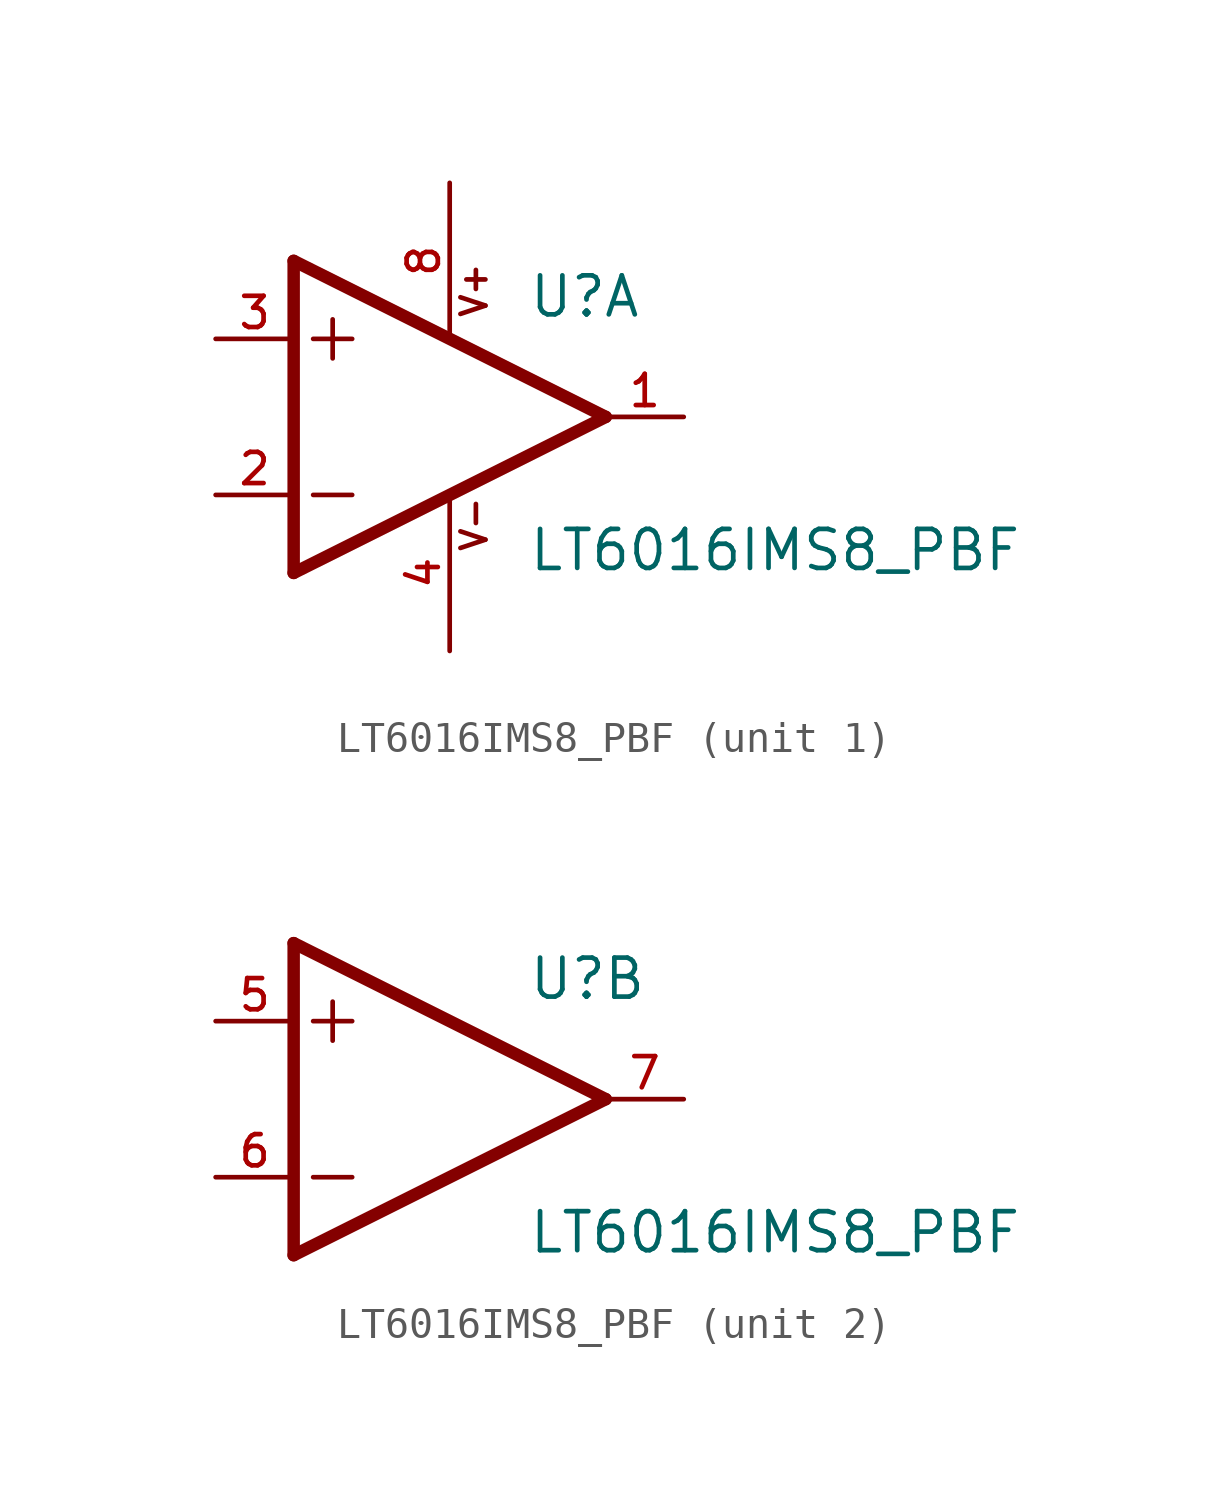
<source format=kicad_sym>
(kicad_symbol_lib
  (version 20220914)
  (generator kicad_symbol_editor)
  (symbol "LT6016IMS8_PBF"
    (pin_names
      (offset 1.016))
    (property "Reference" "U"
      (at 2.54 3.175 0)
      (effects (font (size 1.27 1.27)) (justify left bottom)))
    (property "Value" "LT6016IMS8_PBF"
      (at 2.54 -5.08 0)
      (effects (font (size 1.27 1.27)) (justify left bottom)))
    (symbol "LT6016IMS8_PBF_1_0"
      (polyline (pts (xy -5.08 -5.08) (xy 5.08 0)) (stroke (width 0.406) (type default)) (fill (type none)))
      (polyline (pts (xy -5.08 5.08) (xy -5.08 -5.08)) (stroke (width 0.406) (type default)) (fill (type none)))
      (polyline (pts (xy -4.445 -2.54) (xy -3.175 -2.54)) (stroke (width 0.152) (type default)) (fill (type none)))
      (polyline (pts (xy -4.445 2.54) (xy -3.175 2.54)) (stroke (width 0.152) (type default)) (fill (type none)))
      (polyline (pts (xy -3.81 3.175) (xy -3.81 1.905)) (stroke (width 0.152) (type default)) (fill (type none)))
      (polyline (pts (xy 5.08 0) (xy -5.08 5.08)) (stroke (width 0.406) (type default)) (fill (type none)))
      (text "V+" (at 1.27 3.175 900) (effects (font (size 0.813 0.813)) (justify left bottom)))
      (text "V-" (at 1.27 -4.445 900) (effects (font (size 0.813 0.813)) (justify left bottom)))
      (pin output line (at 7.62 0 180) (length 2.54) (name "~" (effects (font (size 1.016 1.016)))) (number "1" (effects (font (size 1.016 1.016)))))
      (pin input line (at -7.62 -2.54 0) (length 2.54) (name "~" (effects (font (size 1.016 1.016)))) (number "2" (effects (font (size 1.016 1.016)))))
      (pin input line (at -7.62 2.54 0) (length 2.54) (name "~" (effects (font (size 1.016 1.016)))) (number "3" (effects (font (size 1.016 1.016)))))
      (pin power_in line (at 0 -7.62 90) (length 5.08) (name "~" (effects (font (size 1.016 1.016)))) (number "4" (effects (font (size 1.016 1.016)))))
      (pin power_in line (at 0 7.62 270) (length 5.08) (name "~" (effects (font (size 1.016 1.016)))) (number "8" (effects (font (size 1.016 1.016))))))
    (symbol "LT6016IMS8_PBF_2_0"
      (polyline (pts (xy -5.08 -5.08) (xy 5.08 0)) (stroke (width 0.406) (type default)) (fill (type none)))
      (polyline (pts (xy -5.08 5.08) (xy -5.08 -5.08)) (stroke (width 0.406) (type default)) (fill (type none)))
      (polyline (pts (xy -4.445 -2.54) (xy -3.175 -2.54)) (stroke (width 0.152) (type default)) (fill (type none)))
      (polyline (pts (xy -4.445 2.54) (xy -3.175 2.54)) (stroke (width 0.152) (type default)) (fill (type none)))
      (polyline (pts (xy -3.81 3.175) (xy -3.81 1.905)) (stroke (width 0.152) (type default)) (fill (type none)))
      (polyline (pts (xy 5.08 0) (xy -5.08 5.08)) (stroke (width 0.406) (type default)) (fill (type none)))
      (pin input line (at -7.62 2.54 0) (length 2.54) (name "~" (effects (font (size 1.016 1.016)))) (number "5" (effects (font (size 1.016 1.016)))))
      (pin input line (at -7.62 -2.54 0) (length 2.54) (name "~" (effects (font (size 1.016 1.016)))) (number "6" (effects (font (size 1.016 1.016)))))
      (pin output line (at 7.62 0 180) (length 2.54) (name "~" (effects (font (size 1.016 1.016)))) (number "7" (effects (font (size 1.016 1.016))))))))
</source>
